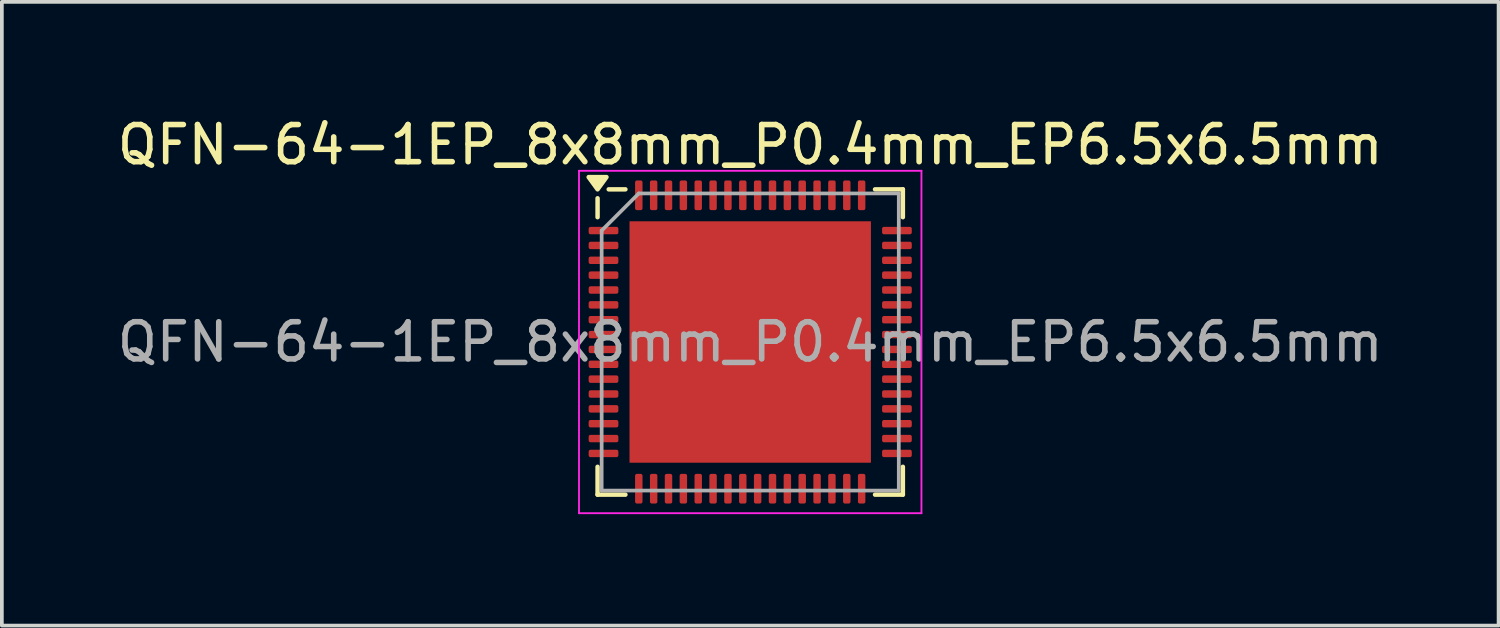
<source format=kicad_pcb>
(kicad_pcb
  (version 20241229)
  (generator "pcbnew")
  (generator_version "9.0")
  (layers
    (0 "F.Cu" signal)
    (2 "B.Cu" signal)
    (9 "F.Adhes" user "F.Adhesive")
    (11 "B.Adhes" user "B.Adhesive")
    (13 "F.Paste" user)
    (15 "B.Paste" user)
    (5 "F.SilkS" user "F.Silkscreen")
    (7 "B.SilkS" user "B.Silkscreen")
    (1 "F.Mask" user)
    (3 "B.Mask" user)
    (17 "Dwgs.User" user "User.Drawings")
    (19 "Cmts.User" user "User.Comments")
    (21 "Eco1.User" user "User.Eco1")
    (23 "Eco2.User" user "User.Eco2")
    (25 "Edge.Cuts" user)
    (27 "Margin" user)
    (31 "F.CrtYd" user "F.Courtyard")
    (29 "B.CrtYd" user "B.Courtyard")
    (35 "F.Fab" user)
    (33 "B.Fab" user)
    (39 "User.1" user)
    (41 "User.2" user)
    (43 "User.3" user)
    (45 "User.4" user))
  (footprint "QFN-64-1EP_8x8mm_P0.4mm_EP6.5x6.5mm"
    (layer "F.Cu")
    (at 17.149 6.158)
    (property "Reference" "QFN-64-1EP_8x8mm_P0.4mm_EP6.5x6.5mm" (at 0 -5.31 0) (layer "F.SilkS") (effects (font (size 1 1) (thickness 0.15))))
    (attr smd)
    (fp_line (start -4.11 -3.36) (end -4.11 -3.87) (stroke (width 0.12) (type solid)) (layer "F.SilkS"))
    (fp_line (start -4.11 4.11) (end -4.11 3.36) (stroke (width 0.12) (type solid)) (layer "F.SilkS"))
    (fp_line (start -3.36 -4.11) (end -3.81 -4.11) (stroke (width 0.12) (type solid)) (layer "F.SilkS"))
    (fp_line (start -3.36 4.11) (end -4.11 4.11) (stroke (width 0.12) (type solid)) (layer "F.SilkS"))
    (fp_line (start 3.36 -4.11) (end 4.11 -4.11) (stroke (width 0.12) (type solid)) (layer "F.SilkS"))
    (fp_line (start 3.36 4.11) (end 4.11 4.11) (stroke (width 0.12) (type solid)) (layer "F.SilkS"))
    (fp_line (start 4.11 -4.11) (end 4.11 -3.36) (stroke (width 0.12) (type solid)) (layer "F.SilkS"))
    (fp_line (start 4.11 4.11) (end 4.11 3.36) (stroke (width 0.12) (type solid)) (layer "F.SilkS"))
    (fp_poly (pts (xy -4.11 -4.11) (xy -4.35 -4.44) (xy -3.87 -4.44) (xy -4.11 -4.11)) (stroke (width 0.12) (type solid)) (fill yes) (layer "F.SilkS"))
    (fp_line (start -4.61 -4.61) (end -4.61 4.61) (stroke (width 0.05) (type solid)) (layer "F.CrtYd"))
    (fp_line (start -4.61 4.61) (end 4.61 4.61) (stroke (width 0.05) (type solid)) (layer "F.CrtYd"))
    (fp_line (start 4.61 -4.61) (end -4.61 -4.61) (stroke (width 0.05) (type solid)) (layer "F.CrtYd"))
    (fp_line (start 4.61 4.61) (end 4.61 -4.61) (stroke (width 0.05) (type solid)) (layer "F.CrtYd"))
    (fp_line (start -4 -3) (end -3 -4) (stroke (width 0.1) (type solid)) (layer "F.Fab"))
    (fp_line (start -4 4) (end -4 -3) (stroke (width 0.1) (type solid)) (layer "F.Fab"))
    (fp_line (start -3 -4) (end 4 -4) (stroke (width 0.1) (type solid)) (layer "F.Fab"))
    (fp_line (start 4 -4) (end 4 4) (stroke (width 0.1) (type solid)) (layer "F.Fab"))
    (fp_line (start 4 4) (end -4 4) (stroke (width 0.1) (type solid)) (layer "F.Fab"))
    (fp_text user "${REFERENCE}" (at 0 0 0) (layer "F.Fab") (effects (font (size 1 1) (thickness 0.15))))
    (pad "" smd roundrect (at -2.6 -2.6) (size 1.05 1.05) (layers "F.Paste") (roundrect_rratio 0.238))
    (pad "" smd roundrect (at -2.6 -1.3) (size 1.05 1.05) (layers "F.Paste") (roundrect_rratio 0.238))
    (pad "" smd roundrect (at -2.6 0) (size 1.05 1.05) (layers "F.Paste") (roundrect_rratio 0.238))
    (pad "" smd roundrect (at -2.6 1.3) (size 1.05 1.05) (layers "F.Paste") (roundrect_rratio 0.238))
    (pad "" smd roundrect (at -2.6 2.6) (size 1.05 1.05) (layers "F.Paste") (roundrect_rratio 0.238))
    (pad "" smd roundrect (at -1.3 -2.6) (size 1.05 1.05) (layers "F.Paste") (roundrect_rratio 0.238))
    (pad "" smd roundrect (at -1.3 -1.3) (size 1.05 1.05) (layers "F.Paste") (roundrect_rratio 0.238))
    (pad "" smd roundrect (at -1.3 0) (size 1.05 1.05) (layers "F.Paste") (roundrect_rratio 0.238))
    (pad "" smd roundrect (at -1.3 1.3) (size 1.05 1.05) (layers "F.Paste") (roundrect_rratio 0.238))
    (pad "" smd roundrect (at -1.3 2.6) (size 1.05 1.05) (layers "F.Paste") (roundrect_rratio 0.238))
    (pad "" smd roundrect (at 0 -2.6) (size 1.05 1.05) (layers "F.Paste") (roundrect_rratio 0.238))
    (pad "" smd roundrect (at 0 -1.3) (size 1.05 1.05) (layers "F.Paste") (roundrect_rratio 0.238))
    (pad "" smd roundrect (at 0 0) (size 1.05 1.05) (layers "F.Paste") (roundrect_rratio 0.238))
    (pad "" smd roundrect (at 0 1.3) (size 1.05 1.05) (layers "F.Paste") (roundrect_rratio 0.238))
    (pad "" smd roundrect (at 0 2.6) (size 1.05 1.05) (layers "F.Paste") (roundrect_rratio 0.238))
    (pad "" smd roundrect (at 1.3 -2.6) (size 1.05 1.05) (layers "F.Paste") (roundrect_rratio 0.238))
    (pad "" smd roundrect (at 1.3 -1.3) (size 1.05 1.05) (layers "F.Paste") (roundrect_rratio 0.238))
    (pad "" smd roundrect (at 1.3 0) (size 1.05 1.05) (layers "F.Paste") (roundrect_rratio 0.238))
    (pad "" smd roundrect (at 1.3 1.3) (size 1.05 1.05) (layers "F.Paste") (roundrect_rratio 0.238))
    (pad "" smd roundrect (at 1.3 2.6) (size 1.05 1.05) (layers "F.Paste") (roundrect_rratio 0.238))
    (pad "" smd roundrect (at 2.6 -2.6) (size 1.05 1.05) (layers "F.Paste") (roundrect_rratio 0.238))
    (pad "" smd roundrect (at 2.6 -1.3) (size 1.05 1.05) (layers "F.Paste") (roundrect_rratio 0.238))
    (pad "" smd roundrect (at 2.6 0) (size 1.05 1.05) (layers "F.Paste") (roundrect_rratio 0.238))
    (pad "" smd roundrect (at 2.6 1.3) (size 1.05 1.05) (layers "F.Paste") (roundrect_rratio 0.238))
    (pad "" smd roundrect (at 2.6 2.6) (size 1.05 1.05) (layers "F.Paste") (roundrect_rratio 0.238))
    (pad "1" smd roundrect (at -3.95 -3) (size 0.8 0.2) (layers "F.Cu" "F.Mask" "F.Paste") (roundrect_rratio 0.25))
    (pad "2" smd roundrect (at -3.95 -2.6) (size 0.8 0.2) (layers "F.Cu" "F.Mask" "F.Paste") (roundrect_rratio 0.25))
    (pad "3" smd roundrect (at -3.95 -2.2) (size 0.8 0.2) (layers "F.Cu" "F.Mask" "F.Paste") (roundrect_rratio 0.25))
    (pad "4" smd roundrect (at -3.95 -1.8) (size 0.8 0.2) (layers "F.Cu" "F.Mask" "F.Paste") (roundrect_rratio 0.25))
    (pad "5" smd roundrect (at -3.95 -1.4) (size 0.8 0.2) (layers "F.Cu" "F.Mask" "F.Paste") (roundrect_rratio 0.25))
    (pad "6" smd roundrect (at -3.95 -1) (size 0.8 0.2) (layers "F.Cu" "F.Mask" "F.Paste") (roundrect_rratio 0.25))
    (pad "7" smd roundrect (at -3.95 -0.6) (size 0.8 0.2) (layers "F.Cu" "F.Mask" "F.Paste") (roundrect_rratio 0.25))
    (pad "8" smd roundrect (at -3.95 -0.2) (size 0.8 0.2) (layers "F.Cu" "F.Mask" "F.Paste") (roundrect_rratio 0.25))
    (pad "9" smd roundrect (at -3.95 0.2) (size 0.8 0.2) (layers "F.Cu" "F.Mask" "F.Paste") (roundrect_rratio 0.25))
    (pad "10" smd roundrect (at -3.95 0.6) (size 0.8 0.2) (layers "F.Cu" "F.Mask" "F.Paste") (roundrect_rratio 0.25))
    (pad "11" smd roundrect (at -3.95 1) (size 0.8 0.2) (layers "F.Cu" "F.Mask" "F.Paste") (roundrect_rratio 0.25))
    (pad "12" smd roundrect (at -3.95 1.4) (size 0.8 0.2) (layers "F.Cu" "F.Mask" "F.Paste") (roundrect_rratio 0.25))
    (pad "13" smd roundrect (at -3.95 1.8) (size 0.8 0.2) (layers "F.Cu" "F.Mask" "F.Paste") (roundrect_rratio 0.25))
    (pad "14" smd roundrect (at -3.95 2.2) (size 0.8 0.2) (layers "F.Cu" "F.Mask" "F.Paste") (roundrect_rratio 0.25))
    (pad "15" smd roundrect (at -3.95 2.6) (size 0.8 0.2) (layers "F.Cu" "F.Mask" "F.Paste") (roundrect_rratio 0.25))
    (pad "16" smd roundrect (at -3.95 3) (size 0.8 0.2) (layers "F.Cu" "F.Mask" "F.Paste") (roundrect_rratio 0.25))
    (pad "17" smd roundrect (at -3 3.95) (size 0.2 0.8) (layers "F.Cu" "F.Mask" "F.Paste") (roundrect_rratio 0.25))
    (pad "18" smd roundrect (at -2.6 3.95) (size 0.2 0.8) (layers "F.Cu" "F.Mask" "F.Paste") (roundrect_rratio 0.25))
    (pad "19" smd roundrect (at -2.2 3.95) (size 0.2 0.8) (layers "F.Cu" "F.Mask" "F.Paste") (roundrect_rratio 0.25))
    (pad "20" smd roundrect (at -1.8 3.95) (size 0.2 0.8) (layers "F.Cu" "F.Mask" "F.Paste") (roundrect_rratio 0.25))
    (pad "21" smd roundrect (at -1.4 3.95) (size 0.2 0.8) (layers "F.Cu" "F.Mask" "F.Paste") (roundrect_rratio 0.25))
    (pad "22" smd roundrect (at -1 3.95) (size 0.2 0.8) (layers "F.Cu" "F.Mask" "F.Paste") (roundrect_rratio 0.25))
    (pad "23" smd roundrect (at -0.6 3.95) (size 0.2 0.8) (layers "F.Cu" "F.Mask" "F.Paste") (roundrect_rratio 0.25))
    (pad "24" smd roundrect (at -0.2 3.95) (size 0.2 0.8) (layers "F.Cu" "F.Mask" "F.Paste") (roundrect_rratio 0.25))
    (pad "25" smd roundrect (at 0.2 3.95) (size 0.2 0.8) (layers "F.Cu" "F.Mask" "F.Paste") (roundrect_rratio 0.25))
    (pad "26" smd roundrect (at 0.6 3.95) (size 0.2 0.8) (layers "F.Cu" "F.Mask" "F.Paste") (roundrect_rratio 0.25))
    (pad "27" smd roundrect (at 1 3.95) (size 0.2 0.8) (layers "F.Cu" "F.Mask" "F.Paste") (roundrect_rratio 0.25))
    (pad "28" smd roundrect (at 1.4 3.95) (size 0.2 0.8) (layers "F.Cu" "F.Mask" "F.Paste") (roundrect_rratio 0.25))
    (pad "29" smd roundrect (at 1.8 3.95) (size 0.2 0.8) (layers "F.Cu" "F.Mask" "F.Paste") (roundrect_rratio 0.25))
    (pad "30" smd roundrect (at 2.2 3.95) (size 0.2 0.8) (layers "F.Cu" "F.Mask" "F.Paste") (roundrect_rratio 0.25))
    (pad "31" smd roundrect (at 2.6 3.95) (size 0.2 0.8) (layers "F.Cu" "F.Mask" "F.Paste") (roundrect_rratio 0.25))
    (pad "32" smd roundrect (at 3 3.95) (size 0.2 0.8) (layers "F.Cu" "F.Mask" "F.Paste") (roundrect_rratio 0.25))
    (pad "33" smd roundrect (at 3.95 3) (size 0.8 0.2) (layers "F.Cu" "F.Mask" "F.Paste") (roundrect_rratio 0.25))
    (pad "34" smd roundrect (at 3.95 2.6) (size 0.8 0.2) (layers "F.Cu" "F.Mask" "F.Paste") (roundrect_rratio 0.25))
    (pad "35" smd roundrect (at 3.95 2.2) (size 0.8 0.2) (layers "F.Cu" "F.Mask" "F.Paste") (roundrect_rratio 0.25))
    (pad "36" smd roundrect (at 3.95 1.8) (size 0.8 0.2) (layers "F.Cu" "F.Mask" "F.Paste") (roundrect_rratio 0.25))
    (pad "37" smd roundrect (at 3.95 1.4) (size 0.8 0.2) (layers "F.Cu" "F.Mask" "F.Paste") (roundrect_rratio 0.25))
    (pad "38" smd roundrect (at 3.95 1) (size 0.8 0.2) (layers "F.Cu" "F.Mask" "F.Paste") (roundrect_rratio 0.25))
    (pad "39" smd roundrect (at 3.95 0.6) (size 0.8 0.2) (layers "F.Cu" "F.Mask" "F.Paste") (roundrect_rratio 0.25))
    (pad "40" smd roundrect (at 3.95 0.2) (size 0.8 0.2) (layers "F.Cu" "F.Mask" "F.Paste") (roundrect_rratio 0.25))
    (pad "41" smd roundrect (at 3.95 -0.2) (size 0.8 0.2) (layers "F.Cu" "F.Mask" "F.Paste") (roundrect_rratio 0.25))
    (pad "42" smd roundrect (at 3.95 -0.6) (size 0.8 0.2) (layers "F.Cu" "F.Mask" "F.Paste") (roundrect_rratio 0.25))
    (pad "43" smd roundrect (at 3.95 -1) (size 0.8 0.2) (layers "F.Cu" "F.Mask" "F.Paste") (roundrect_rratio 0.25))
    (pad "44" smd roundrect (at 3.95 -1.4) (size 0.8 0.2) (layers "F.Cu" "F.Mask" "F.Paste") (roundrect_rratio 0.25))
    (pad "45" smd roundrect (at 3.95 -1.8) (size 0.8 0.2) (layers "F.Cu" "F.Mask" "F.Paste") (roundrect_rratio 0.25))
    (pad "46" smd roundrect (at 3.95 -2.2) (size 0.8 0.2) (layers "F.Cu" "F.Mask" "F.Paste") (roundrect_rratio 0.25))
    (pad "47" smd roundrect (at 3.95 -2.6) (size 0.8 0.2) (layers "F.Cu" "F.Mask" "F.Paste") (roundrect_rratio 0.25))
    (pad "48" smd roundrect (at 3.95 -3) (size 0.8 0.2) (layers "F.Cu" "F.Mask" "F.Paste") (roundrect_rratio 0.25))
    (pad "49" smd roundrect (at 3 -3.95) (size 0.2 0.8) (layers "F.Cu" "F.Mask" "F.Paste") (roundrect_rratio 0.25))
    (pad "50" smd roundrect (at 2.6 -3.95) (size 0.2 0.8) (layers "F.Cu" "F.Mask" "F.Paste") (roundrect_rratio 0.25))
    (pad "51" smd roundrect (at 2.2 -3.95) (size 0.2 0.8) (layers "F.Cu" "F.Mask" "F.Paste") (roundrect_rratio 0.25))
    (pad "52" smd roundrect (at 1.8 -3.95) (size 0.2 0.8) (layers "F.Cu" "F.Mask" "F.Paste") (roundrect_rratio 0.25))
    (pad "53" smd roundrect (at 1.4 -3.95) (size 0.2 0.8) (layers "F.Cu" "F.Mask" "F.Paste") (roundrect_rratio 0.25))
    (pad "54" smd roundrect (at 1 -3.95) (size 0.2 0.8) (layers "F.Cu" "F.Mask" "F.Paste") (roundrect_rratio 0.25))
    (pad "55" smd roundrect (at 0.6 -3.95) (size 0.2 0.8) (layers "F.Cu" "F.Mask" "F.Paste") (roundrect_rratio 0.25))
    (pad "56" smd roundrect (at 0.2 -3.95) (size 0.2 0.8) (layers "F.Cu" "F.Mask" "F.Paste") (roundrect_rratio 0.25))
    (pad "57" smd roundrect (at -0.2 -3.95) (size 0.2 0.8) (layers "F.Cu" "F.Mask" "F.Paste") (roundrect_rratio 0.25))
    (pad "58" smd roundrect (at -0.6 -3.95) (size 0.2 0.8) (layers "F.Cu" "F.Mask" "F.Paste") (roundrect_rratio 0.25))
    (pad "59" smd roundrect (at -1 -3.95) (size 0.2 0.8) (layers "F.Cu" "F.Mask" "F.Paste") (roundrect_rratio 0.25))
    (pad "60" smd roundrect (at -1.4 -3.95) (size 0.2 0.8) (layers "F.Cu" "F.Mask" "F.Paste") (roundrect_rratio 0.25))
    (pad "61" smd roundrect (at -1.8 -3.95) (size 0.2 0.8) (layers "F.Cu" "F.Mask" "F.Paste") (roundrect_rratio 0.25))
    (pad "62" smd roundrect (at -2.2 -3.95) (size 0.2 0.8) (layers "F.Cu" "F.Mask" "F.Paste") (roundrect_rratio 0.25))
    (pad "63" smd roundrect (at -2.6 -3.95) (size 0.2 0.8) (layers "F.Cu" "F.Mask" "F.Paste") (roundrect_rratio 0.25))
    (pad "64" smd roundrect (at -3 -3.95) (size 0.2 0.8) (layers "F.Cu" "F.Mask" "F.Paste") (roundrect_rratio 0.25))
    (pad "65" smd rect (at 0 0) (size 6.5 6.5) (property pad_prop_heatsink) (layers "F.Cu" "F.Mask")))
  (gr_rect
    (start -3 -3)
    (end 37.298 13.793)
    (stroke (width 0.1) (type default))
    (fill no)
    (layer "Edge.Cuts")))
</source>
